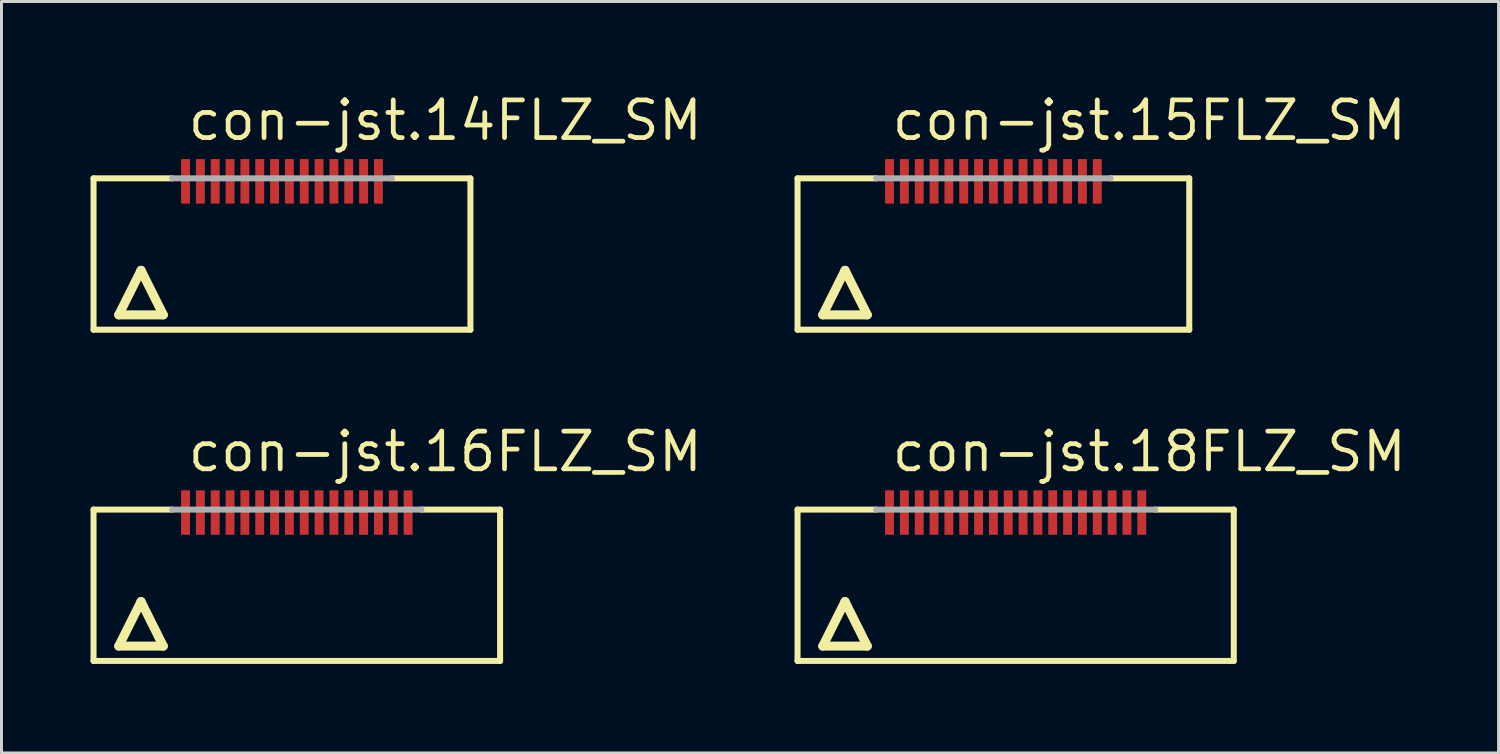
<source format=kicad_pcb>
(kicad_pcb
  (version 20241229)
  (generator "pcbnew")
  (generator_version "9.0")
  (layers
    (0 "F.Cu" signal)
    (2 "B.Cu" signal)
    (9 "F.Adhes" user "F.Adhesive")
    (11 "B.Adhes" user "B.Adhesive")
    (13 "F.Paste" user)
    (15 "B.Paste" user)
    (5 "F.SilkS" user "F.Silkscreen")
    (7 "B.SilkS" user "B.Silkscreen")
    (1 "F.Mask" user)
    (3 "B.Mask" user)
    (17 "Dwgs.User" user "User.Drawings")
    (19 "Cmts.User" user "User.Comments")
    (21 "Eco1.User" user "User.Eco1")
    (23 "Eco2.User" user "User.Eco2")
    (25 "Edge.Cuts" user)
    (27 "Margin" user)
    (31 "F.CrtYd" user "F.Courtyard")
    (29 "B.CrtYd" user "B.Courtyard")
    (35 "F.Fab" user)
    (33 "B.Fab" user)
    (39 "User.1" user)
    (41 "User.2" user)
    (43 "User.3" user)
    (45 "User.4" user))
  (footprint "con-jst.16FLZ_SM"
    (layer "F.Cu")
    (at 6.952 16.722)
    (property "Reference" "con-jst.16FLZ_SM" (at -3.75 -3.81 0) (layer "F.SilkS") (effects (font (size 1.27 1.27) (thickness 0.16)) (justify left bottom)))
    (attr smd)
    (fp_line (start -6.85 -2.6) (end -4.2 -2.6) (stroke (width 0.203) (type default)) (layer "F.SilkS"))
    (fp_line (start -6.85 2.5) (end -6.85 -2.6) (stroke (width 0.203) (type default)) (layer "F.SilkS"))
    (fp_line (start -6 2) (end -4.5 2) (stroke (width 0.305) (type default)) (layer "F.SilkS"))
    (fp_line (start -5.25 0.5) (end -6 2) (stroke (width 0.305) (type default)) (layer "F.SilkS"))
    (fp_line (start -4.5 2) (end -5.25 0.5) (stroke (width 0.305) (type default)) (layer "F.SilkS"))
    (fp_line (start 4.2 -2.6) (end 6.85 -2.6) (stroke (width 0.203) (type default)) (layer "F.SilkS"))
    (fp_line (start 6.85 -2.6) (end 6.85 2.5) (stroke (width 0.203) (type default)) (layer "F.SilkS"))
    (fp_line (start 6.85 2.5) (end -6.85 2.5) (stroke (width 0.203) (type default)) (layer "F.SilkS"))
    (fp_line (start -4.2 -2.6) (end 4.2 -2.6) (stroke (width 0.203) (type default)) (layer "F.Fab"))
    (pad "1" smd roundrect (at -3.75 -2.5) (size 0.3 1.5) (layers "F.Cu" "F.Mask" "F.Paste") (roundrect_rratio 0.01))
    (pad "2" smd roundrect (at -3.25 -2.5) (size 0.3 1.5) (layers "F.Cu" "F.Mask" "F.Paste") (roundrect_rratio 0.01))
    (pad "3" smd roundrect (at -2.75 -2.5) (size 0.3 1.5) (layers "F.Cu" "F.Mask" "F.Paste") (roundrect_rratio 0.01))
    (pad "4" smd roundrect (at -2.25 -2.5) (size 0.3 1.5) (layers "F.Cu" "F.Mask" "F.Paste") (roundrect_rratio 0.01))
    (pad "5" smd roundrect (at -1.75 -2.5) (size 0.3 1.5) (layers "F.Cu" "F.Mask" "F.Paste") (roundrect_rratio 0.01))
    (pad "6" smd roundrect (at -1.25 -2.5) (size 0.3 1.5) (layers "F.Cu" "F.Mask" "F.Paste") (roundrect_rratio 0.01))
    (pad "7" smd roundrect (at -0.75 -2.5) (size 0.3 1.5) (layers "F.Cu" "F.Mask" "F.Paste") (roundrect_rratio 0.01))
    (pad "8" smd roundrect (at -0.25 -2.5) (size 0.3 1.5) (layers "F.Cu" "F.Mask" "F.Paste") (roundrect_rratio 0.01))
    (pad "9" smd roundrect (at 0.25 -2.5) (size 0.3 1.5) (layers "F.Cu" "F.Mask" "F.Paste") (roundrect_rratio 0.01))
    (pad "10" smd roundrect (at 0.75 -2.5) (size 0.3 1.5) (layers "F.Cu" "F.Mask" "F.Paste") (roundrect_rratio 0.01))
    (pad "11" smd roundrect (at 1.25 -2.5) (size 0.3 1.5) (layers "F.Cu" "F.Mask" "F.Paste") (roundrect_rratio 0.01))
    (pad "12" smd roundrect (at 1.75 -2.5) (size 0.3 1.5) (layers "F.Cu" "F.Mask" "F.Paste") (roundrect_rratio 0.01))
    (pad "13" smd roundrect (at 2.25 -2.5) (size 0.3 1.5) (layers "F.Cu" "F.Mask" "F.Paste") (roundrect_rratio 0.01))
    (pad "14" smd roundrect (at 2.75 -2.5) (size 0.3 1.5) (layers "F.Cu" "F.Mask" "F.Paste") (roundrect_rratio 0.01))
    (pad "15" smd roundrect (at 3.25 -2.5) (size 0.3 1.5) (layers "F.Cu" "F.Mask" "F.Paste") (roundrect_rratio 0.01))
    (pad "16" smd roundrect (at 3.75 -2.5) (size 0.3 1.5) (layers "F.Cu" "F.Mask" "F.Paste") (roundrect_rratio 0.01)))
  (footprint "con-jst.15FLZ_SM"
    (layer "F.Cu")
    (at 30.425 5.56)
    (property "Reference" "con-jst.15FLZ_SM" (at -3.5 -3.81 0) (layer "F.SilkS") (effects (font (size 1.27 1.27) (thickness 0.16)) (justify left bottom)))
    (attr smd)
    (fp_line (start -6.6 -2.6) (end -3.95 -2.6) (stroke (width 0.203) (type default)) (layer "F.SilkS"))
    (fp_line (start -6.6 2.5) (end -6.6 -2.6) (stroke (width 0.203) (type default)) (layer "F.SilkS"))
    (fp_line (start -5.75 2) (end -4.25 2) (stroke (width 0.305) (type default)) (layer "F.SilkS"))
    (fp_line (start -5 0.5) (end -5.75 2) (stroke (width 0.305) (type default)) (layer "F.SilkS"))
    (fp_line (start -4.25 2) (end -5 0.5) (stroke (width 0.305) (type default)) (layer "F.SilkS"))
    (fp_line (start 3.95 -2.6) (end 6.6 -2.6) (stroke (width 0.203) (type default)) (layer "F.SilkS"))
    (fp_line (start 6.6 -2.6) (end 6.6 2.5) (stroke (width 0.203) (type default)) (layer "F.SilkS"))
    (fp_line (start 6.6 2.5) (end -6.6 2.5) (stroke (width 0.203) (type default)) (layer "F.SilkS"))
    (fp_line (start -3.95 -2.6) (end 3.95 -2.6) (stroke (width 0.203) (type default)) (layer "F.Fab"))
    (pad "1" smd roundrect (at -3.5 -2.5) (size 0.3 1.5) (layers "F.Cu" "F.Mask" "F.Paste") (roundrect_rratio 0.01))
    (pad "2" smd roundrect (at -3 -2.5) (size 0.3 1.5) (layers "F.Cu" "F.Mask" "F.Paste") (roundrect_rratio 0.01))
    (pad "3" smd roundrect (at -2.5 -2.5) (size 0.3 1.5) (layers "F.Cu" "F.Mask" "F.Paste") (roundrect_rratio 0.01))
    (pad "4" smd roundrect (at -2 -2.5) (size 0.3 1.5) (layers "F.Cu" "F.Mask" "F.Paste") (roundrect_rratio 0.01))
    (pad "5" smd roundrect (at -1.5 -2.5) (size 0.3 1.5) (layers "F.Cu" "F.Mask" "F.Paste") (roundrect_rratio 0.01))
    (pad "6" smd roundrect (at -1 -2.5) (size 0.3 1.5) (layers "F.Cu" "F.Mask" "F.Paste") (roundrect_rratio 0.01))
    (pad "7" smd roundrect (at -0.5 -2.5) (size 0.3 1.5) (layers "F.Cu" "F.Mask" "F.Paste") (roundrect_rratio 0.01))
    (pad "8" smd roundrect (at 0 -2.5) (size 0.3 1.5) (layers "F.Cu" "F.Mask" "F.Paste") (roundrect_rratio 0.01))
    (pad "9" smd roundrect (at 0.5 -2.5) (size 0.3 1.5) (layers "F.Cu" "F.Mask" "F.Paste") (roundrect_rratio 0.01))
    (pad "10" smd roundrect (at 1 -2.5) (size 0.3 1.5) (layers "F.Cu" "F.Mask" "F.Paste") (roundrect_rratio 0.01))
    (pad "11" smd roundrect (at 1.5 -2.5) (size 0.3 1.5) (layers "F.Cu" "F.Mask" "F.Paste") (roundrect_rratio 0.01))
    (pad "12" smd roundrect (at 2 -2.5) (size 0.3 1.5) (layers "F.Cu" "F.Mask" "F.Paste") (roundrect_rratio 0.01))
    (pad "13" smd roundrect (at 2.5 -2.5) (size 0.3 1.5) (layers "F.Cu" "F.Mask" "F.Paste") (roundrect_rratio 0.01))
    (pad "14" smd roundrect (at 3 -2.5) (size 0.3 1.5) (layers "F.Cu" "F.Mask" "F.Paste") (roundrect_rratio 0.01))
    (pad "15" smd roundrect (at 3.5 -2.5) (size 0.3 1.5) (layers "F.Cu" "F.Mask" "F.Paste") (roundrect_rratio 0.01)))
  (footprint "con-jst.14FLZ_SM"
    (layer "F.Cu")
    (at 6.452 5.56)
    (property "Reference" "con-jst.14FLZ_SM" (at -3.25 -3.81 0) (layer "F.SilkS") (effects (font (size 1.27 1.27) (thickness 0.16)) (justify left bottom)))
    (attr smd)
    (fp_line (start -6.35 -2.6) (end -3.7 -2.6) (stroke (width 0.203) (type default)) (layer "F.SilkS"))
    (fp_line (start -6.35 2.5) (end -6.35 -2.6) (stroke (width 0.203) (type default)) (layer "F.SilkS"))
    (fp_line (start -5.5 2) (end -4 2) (stroke (width 0.305) (type default)) (layer "F.SilkS"))
    (fp_line (start -4.75 0.5) (end -5.5 2) (stroke (width 0.305) (type default)) (layer "F.SilkS"))
    (fp_line (start -4 2) (end -4.75 0.5) (stroke (width 0.305) (type default)) (layer "F.SilkS"))
    (fp_line (start 3.7 -2.6) (end 6.35 -2.6) (stroke (width 0.203) (type default)) (layer "F.SilkS"))
    (fp_line (start 6.35 -2.6) (end 6.35 2.5) (stroke (width 0.203) (type default)) (layer "F.SilkS"))
    (fp_line (start 6.35 2.5) (end -6.35 2.5) (stroke (width 0.203) (type default)) (layer "F.SilkS"))
    (fp_line (start -3.7 -2.6) (end 3.7 -2.6) (stroke (width 0.203) (type default)) (layer "F.Fab"))
    (pad "1" smd roundrect (at -3.25 -2.5) (size 0.3 1.5) (layers "F.Cu" "F.Mask" "F.Paste") (roundrect_rratio 0.01))
    (pad "2" smd roundrect (at -2.75 -2.5) (size 0.3 1.5) (layers "F.Cu" "F.Mask" "F.Paste") (roundrect_rratio 0.01))
    (pad "3" smd roundrect (at -2.25 -2.5) (size 0.3 1.5) (layers "F.Cu" "F.Mask" "F.Paste") (roundrect_rratio 0.01))
    (pad "4" smd roundrect (at -1.75 -2.5) (size 0.3 1.5) (layers "F.Cu" "F.Mask" "F.Paste") (roundrect_rratio 0.01))
    (pad "5" smd roundrect (at -1.25 -2.5) (size 0.3 1.5) (layers "F.Cu" "F.Mask" "F.Paste") (roundrect_rratio 0.01))
    (pad "6" smd roundrect (at -0.75 -2.5) (size 0.3 1.5) (layers "F.Cu" "F.Mask" "F.Paste") (roundrect_rratio 0.01))
    (pad "7" smd roundrect (at -0.25 -2.5) (size 0.3 1.5) (layers "F.Cu" "F.Mask" "F.Paste") (roundrect_rratio 0.01))
    (pad "8" smd roundrect (at 0.25 -2.5) (size 0.3 1.5) (layers "F.Cu" "F.Mask" "F.Paste") (roundrect_rratio 0.01))
    (pad "9" smd roundrect (at 0.75 -2.5) (size 0.3 1.5) (layers "F.Cu" "F.Mask" "F.Paste") (roundrect_rratio 0.01))
    (pad "10" smd roundrect (at 1.25 -2.5) (size 0.3 1.5) (layers "F.Cu" "F.Mask" "F.Paste") (roundrect_rratio 0.01))
    (pad "11" smd roundrect (at 1.75 -2.5) (size 0.3 1.5) (layers "F.Cu" "F.Mask" "F.Paste") (roundrect_rratio 0.01))
    (pad "12" smd roundrect (at 2.25 -2.5) (size 0.3 1.5) (layers "F.Cu" "F.Mask" "F.Paste") (roundrect_rratio 0.01))
    (pad "13" smd roundrect (at 2.75 -2.5) (size 0.3 1.5) (layers "F.Cu" "F.Mask" "F.Paste") (roundrect_rratio 0.01))
    (pad "14" smd roundrect (at 3.25 -2.5) (size 0.3 1.5) (layers "F.Cu" "F.Mask" "F.Paste") (roundrect_rratio 0.01)))
  (footprint "con-jst.18FLZ_SM"
    (layer "F.Cu")
    (at 31.175 16.722)
    (property "Reference" "con-jst.18FLZ_SM" (at -4.25 -3.81 0) (layer "F.SilkS") (effects (font (size 1.27 1.27) (thickness 0.16)) (justify left bottom)))
    (attr smd)
    (fp_line (start -7.35 -2.6) (end -4.7 -2.6) (stroke (width 0.203) (type default)) (layer "F.SilkS"))
    (fp_line (start -7.35 2.5) (end -7.35 -2.6) (stroke (width 0.203) (type default)) (layer "F.SilkS"))
    (fp_line (start -6.5 2) (end -5 2) (stroke (width 0.305) (type default)) (layer "F.SilkS"))
    (fp_line (start -5.75 0.5) (end -6.5 2) (stroke (width 0.305) (type default)) (layer "F.SilkS"))
    (fp_line (start -5 2) (end -5.75 0.5) (stroke (width 0.305) (type default)) (layer "F.SilkS"))
    (fp_line (start 4.7 -2.6) (end 7.35 -2.6) (stroke (width 0.203) (type default)) (layer "F.SilkS"))
    (fp_line (start 7.35 -2.6) (end 7.35 2.5) (stroke (width 0.203) (type default)) (layer "F.SilkS"))
    (fp_line (start 7.35 2.5) (end -7.35 2.5) (stroke (width 0.203) (type default)) (layer "F.SilkS"))
    (fp_line (start -4.7 -2.6) (end 4.7 -2.6) (stroke (width 0.203) (type default)) (layer "F.Fab"))
    (pad "1" smd roundrect (at -4.25 -2.5) (size 0.3 1.5) (layers "F.Cu" "F.Mask" "F.Paste") (roundrect_rratio 0.01))
    (pad "2" smd roundrect (at -3.75 -2.5) (size 0.3 1.5) (layers "F.Cu" "F.Mask" "F.Paste") (roundrect_rratio 0.01))
    (pad "3" smd roundrect (at -3.25 -2.5) (size 0.3 1.5) (layers "F.Cu" "F.Mask" "F.Paste") (roundrect_rratio 0.01))
    (pad "4" smd roundrect (at -2.75 -2.5) (size 0.3 1.5) (layers "F.Cu" "F.Mask" "F.Paste") (roundrect_rratio 0.01))
    (pad "5" smd roundrect (at -2.25 -2.5) (size 0.3 1.5) (layers "F.Cu" "F.Mask" "F.Paste") (roundrect_rratio 0.01))
    (pad "6" smd roundrect (at -1.75 -2.5) (size 0.3 1.5) (layers "F.Cu" "F.Mask" "F.Paste") (roundrect_rratio 0.01))
    (pad "7" smd roundrect (at -1.25 -2.5) (size 0.3 1.5) (layers "F.Cu" "F.Mask" "F.Paste") (roundrect_rratio 0.01))
    (pad "8" smd roundrect (at -0.75 -2.5) (size 0.3 1.5) (layers "F.Cu" "F.Mask" "F.Paste") (roundrect_rratio 0.01))
    (pad "9" smd roundrect (at -0.25 -2.5) (size 0.3 1.5) (layers "F.Cu" "F.Mask" "F.Paste") (roundrect_rratio 0.01))
    (pad "10" smd roundrect (at 0.25 -2.5) (size 0.3 1.5) (layers "F.Cu" "F.Mask" "F.Paste") (roundrect_rratio 0.01))
    (pad "11" smd roundrect (at 0.75 -2.5) (size 0.3 1.5) (layers "F.Cu" "F.Mask" "F.Paste") (roundrect_rratio 0.01))
    (pad "12" smd roundrect (at 1.25 -2.5) (size 0.3 1.5) (layers "F.Cu" "F.Mask" "F.Paste") (roundrect_rratio 0.01))
    (pad "13" smd roundrect (at 1.75 -2.5) (size 0.3 1.5) (layers "F.Cu" "F.Mask" "F.Paste") (roundrect_rratio 0.01))
    (pad "14" smd roundrect (at 2.25 -2.5) (size 0.3 1.5) (layers "F.Cu" "F.Mask" "F.Paste") (roundrect_rratio 0.01))
    (pad "15" smd roundrect (at 2.75 -2.5) (size 0.3 1.5) (layers "F.Cu" "F.Mask" "F.Paste") (roundrect_rratio 0.01))
    (pad "16" smd roundrect (at 3.25 -2.5) (size 0.3 1.5) (layers "F.Cu" "F.Mask" "F.Paste") (roundrect_rratio 0.01))
    (pad "17" smd roundrect (at 3.75 -2.5) (size 0.3 1.5) (layers "F.Cu" "F.Mask" "F.Paste") (roundrect_rratio 0.01))
    (pad "18" smd roundrect (at 4.25 -2.5) (size 0.3 1.5) (layers "F.Cu" "F.Mask" "F.Paste") (roundrect_rratio 0.01)))
  (gr_rect
    (start -3 -3)
    (end 47.448 22.323)
    (stroke (width 0.1) (type default))
    (fill no)
    (layer "Edge.Cuts")))
</source>
